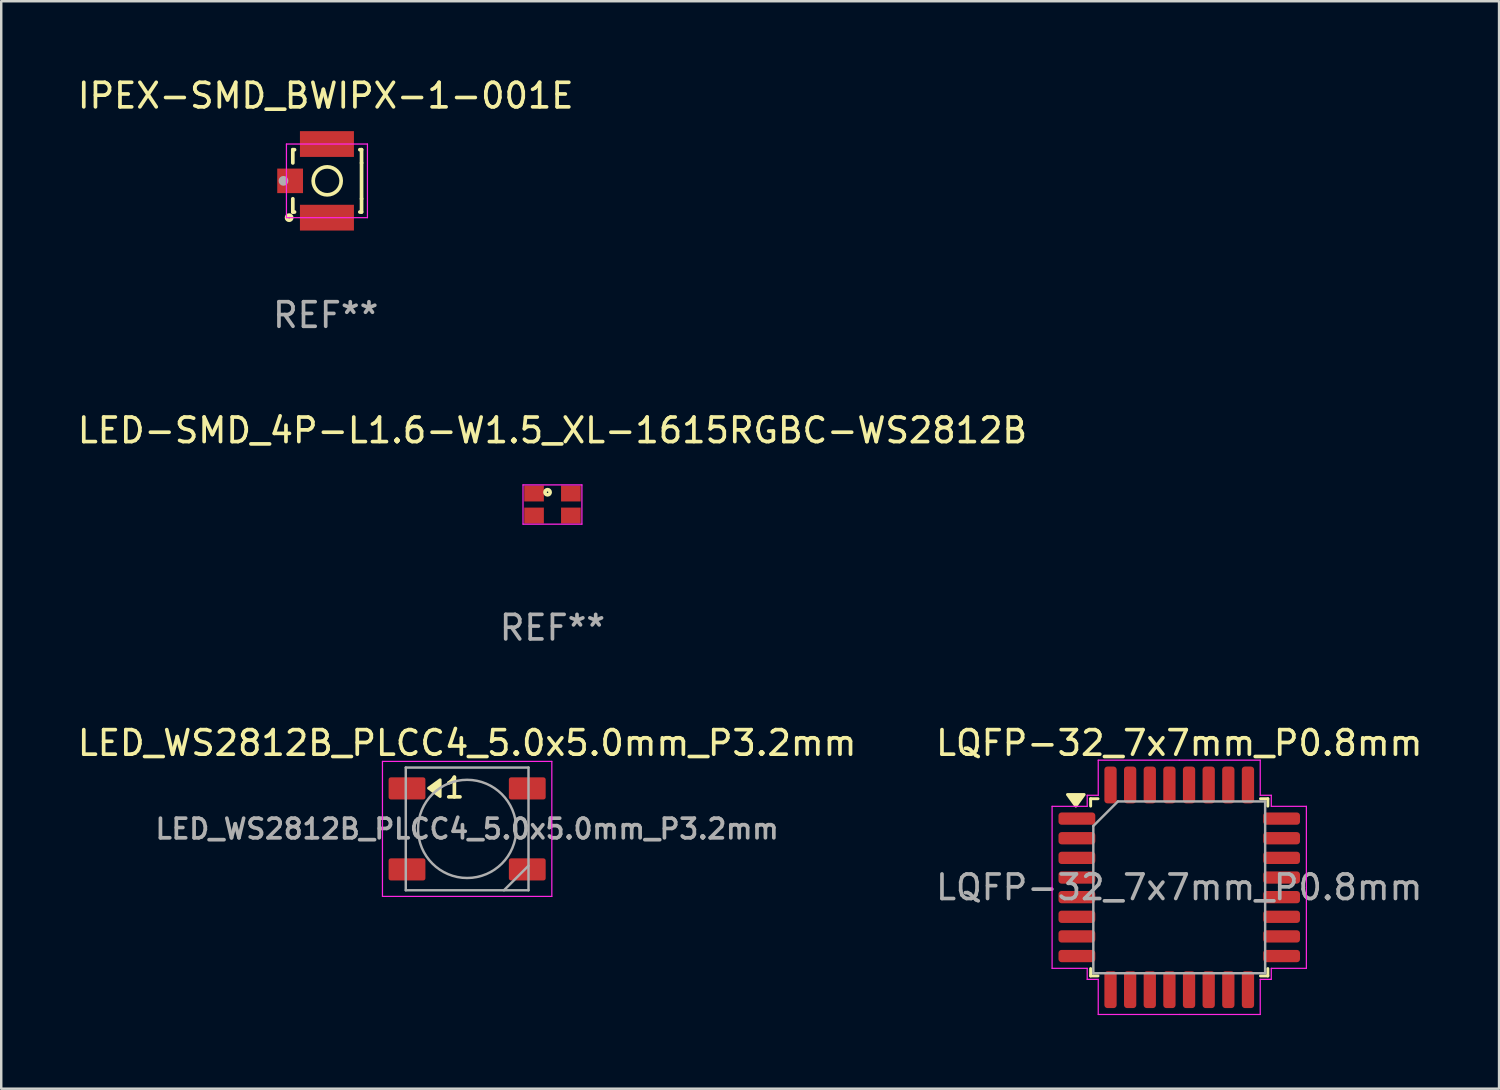
<source format=kicad_pcb>
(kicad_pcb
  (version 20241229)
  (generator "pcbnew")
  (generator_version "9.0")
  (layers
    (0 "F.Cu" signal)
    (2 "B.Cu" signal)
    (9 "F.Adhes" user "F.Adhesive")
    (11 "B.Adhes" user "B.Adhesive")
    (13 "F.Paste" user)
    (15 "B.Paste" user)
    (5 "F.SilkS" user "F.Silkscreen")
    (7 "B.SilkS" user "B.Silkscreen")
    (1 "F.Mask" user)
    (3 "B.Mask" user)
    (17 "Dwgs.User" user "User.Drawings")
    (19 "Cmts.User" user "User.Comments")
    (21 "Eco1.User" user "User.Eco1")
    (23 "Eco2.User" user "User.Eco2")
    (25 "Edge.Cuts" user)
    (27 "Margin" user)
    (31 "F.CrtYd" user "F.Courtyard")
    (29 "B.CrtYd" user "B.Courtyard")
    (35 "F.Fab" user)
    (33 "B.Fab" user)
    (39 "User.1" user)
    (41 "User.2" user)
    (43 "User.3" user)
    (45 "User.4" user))
  (footprint "LED_WS2812B_PLCC4_5.0x5.0mm_P3.2mm"
    (layer "F.Cu")
    (at 15.982 30.721)
    (property "Reference" "LED_WS2812B_PLCC4_5.0x5.0mm_P3.2mm" (at 0 -3.5 0) (layer "F.SilkS") (effects (font (size 1 1) (thickness 0.15))))
    (attr smd)
    (fp_poly (pts (xy -1.57 -1.66) (xy -1.1 -2) (xy -1.1 -1.32) (xy -1.57 -1.66)) (stroke (width 0.12) (type solid)) (fill yes) (layer "F.SilkS"))
    (fp_line (start -3.45 -2.75) (end -3.45 2.75) (stroke (width 0.05) (type solid)) (layer "F.CrtYd"))
    (fp_line (start -3.45 2.75) (end 3.45 2.75) (stroke (width 0.05) (type solid)) (layer "F.CrtYd"))
    (fp_line (start 3.45 -2.75) (end -3.45 -2.75) (stroke (width 0.05) (type solid)) (layer "F.CrtYd"))
    (fp_line (start 3.45 2.75) (end 3.45 -2.75) (stroke (width 0.05) (type solid)) (layer "F.CrtYd"))
    (fp_line (start -2.5 -2.5) (end -2.5 2.5) (stroke (width 0.1) (type solid)) (layer "F.Fab"))
    (fp_line (start -2.5 2.5) (end 2.5 2.5) (stroke (width 0.1) (type solid)) (layer "F.Fab"))
    (fp_line (start 2.5 -2.5) (end -2.5 -2.5) (stroke (width 0.1) (type solid)) (layer "F.Fab"))
    (fp_line (start 2.5 1.5) (end 1.5 2.5) (stroke (width 0.1) (type solid)) (layer "F.Fab"))
    (fp_line (start 2.5 2.5) (end 2.5 -2.5) (stroke (width 0.1) (type solid)) (layer "F.Fab"))
    (fp_circle (center 0 0) (end 0 -2) (stroke (width 0.1) (type solid)) (fill no) (layer "F.Fab"))
    (fp_text user "1" (at -1 -1.2 0) (unlocked yes) (layer "F.SilkS") (effects (font (size 0.8 0.8) (thickness 0.15) (bold yes)) (justify left bottom)))
    (fp_text user "${REFERENCE}" (at 0 0 0) (layer "F.Fab") (effects (font (size 0.8 0.8) (thickness 0.15))))
    (pad "1" smd roundrect (at -2.45 -1.65) (size 1.5 0.9) (layers "F.Cu" "F.Mask" "F.Paste") (roundrect_rratio 0.1))
    (pad "2" smd roundrect (at -2.45 1.65) (size 1.5 0.9) (layers "F.Cu" "F.Mask" "F.Paste") (roundrect_rratio 0.1))
    (pad "3" smd roundrect (at 2.45 1.65) (size 1.5 0.9) (layers "F.Cu" "F.Mask" "F.Paste") (roundrect_rratio 0.1))
    (pad "4" smd roundrect (at 2.45 -1.65) (size 1.5 0.9) (layers "F.Cu" "F.Mask" "F.Paste") (roundrect_rratio 0.1)))
  (footprint "IPEX-SMD_BWIPX-1-001E"
    (layer "F.Cu")
    (at 9.52 4.318)
    (property "Reference" "IPEX-SMD_BWIPX-1-001E" (at 0.7 -3.47 0) (layer "F.SilkS") (effects (font (size 1 1) (thickness 0.15))))
    (attr smd)
    (fp_line (start -0.64 -1.27) (end -0.64 -0.73) (stroke (width 0.15) (type solid)) (layer "F.SilkS"))
    (fp_line (start -0.64 0.73) (end -0.64 1.27) (stroke (width 0.15) (type solid)) (layer "F.SilkS"))
    (fp_line (start -0.64 1.27) (end -0.57 1.27) (stroke (width 0.15) (type solid)) (layer "F.SilkS"))
    (fp_line (start -0.57 -1.27) (end -0.64 -1.27) (stroke (width 0.15) (type solid)) (layer "F.SilkS"))
    (fp_line (start 2.09 1.27) (end 2.16 1.27) (stroke (width 0.15) (type solid)) (layer "F.SilkS"))
    (fp_line (start 2.16 -1.27) (end 2.09 -1.27) (stroke (width 0.15) (type solid)) (layer "F.SilkS"))
    (fp_line (start 2.16 -0.73) (end 2.16 -1.27) (stroke (width 0.15) (type solid)) (layer "F.SilkS"))
    (fp_line (start 2.16 -0.73) (end 2.16 0.73) (stroke (width 0.15) (type solid)) (layer "F.SilkS"))
    (fp_line (start 2.16 1.27) (end 2.16 0.73) (stroke (width 0.15) (type solid)) (layer "F.SilkS"))
    (fp_circle (center -0.79 1.5) (end -0.76 1.5) (stroke (width 0.15) (type solid)) (fill no) (layer "F.SilkS"))
    (fp_circle (center 0.76 0) (end 1.33 0) (stroke (width 0.15) (type solid)) (fill no) (layer "F.SilkS"))
    (fp_line (start -0.9 -1.5) (end 2.4 -1.5) (stroke (width 0.05) (type default)) (layer "F.CrtYd"))
    (fp_line (start -0.9 1.5) (end -0.9 -1.5) (stroke (width 0.05) (type default)) (layer "F.CrtYd"))
    (fp_line (start 2.4 -1.5) (end 2.4 1.5) (stroke (width 0.05) (type default)) (layer "F.CrtYd"))
    (fp_line (start 2.4 1.5) (end -0.9 1.5) (stroke (width 0.05) (type default)) (layer "F.CrtYd"))
    (fp_circle (center -1.02 0) (end -0.92 0) (stroke (width 0.2) (type solid)) (fill no) (layer "F.Fab"))
    (fp_text user "REF**" (at 0.7 5.47 0) (layer "F.Fab") (effects (font (size 1 1) (thickness 0.15))))
    (pad "1" smd rect (at -0.75 0 180) (size 1.05 1) (layers "F.Cu" "F.Mask" "F.Paste"))
    (pad "2" smd rect (at 0.75 1.5 180) (size 2.2 1.05) (layers "F.Cu" "F.Mask" "F.Paste"))
    (pad "3" smd rect (at 0.75 -1.5 180) (size 2.2 1.05) (layers "F.Cu" "F.Mask" "F.Paste")))
  (footprint "LQFP-32_7x7mm_P0.8mm"
    (layer "F.Cu")
    (at 44.994 33.101)
    (property "Reference" "LQFP-32_7x7mm_P0.8mm" (at 0 -5.88 0) (layer "F.SilkS") (effects (font (size 1 1) (thickness 0.15))))
    (attr smd)
    (fp_line (start -3.61 -3.61) (end -3.61 -3.31) (stroke (width 0.12) (type solid)) (layer "F.SilkS"))
    (fp_line (start -3.61 3.61) (end -3.61 3.31) (stroke (width 0.12) (type solid)) (layer "F.SilkS"))
    (fp_line (start -3.31 -3.61) (end -3.61 -3.61) (stroke (width 0.12) (type solid)) (layer "F.SilkS"))
    (fp_line (start -3.31 3.61) (end -3.61 3.61) (stroke (width 0.12) (type solid)) (layer "F.SilkS"))
    (fp_line (start 3.31 -3.61) (end 3.61 -3.61) (stroke (width 0.12) (type solid)) (layer "F.SilkS"))
    (fp_line (start 3.31 3.61) (end 3.61 3.61) (stroke (width 0.12) (type solid)) (layer "F.SilkS"))
    (fp_line (start 3.61 -3.61) (end 3.61 -3.31) (stroke (width 0.12) (type solid)) (layer "F.SilkS"))
    (fp_line (start 3.61 3.61) (end 3.61 3.31) (stroke (width 0.12) (type solid)) (layer "F.SilkS"))
    (fp_poly (pts (xy -4.213 -3.31) (xy -4.553 -3.78) (xy -3.873 -3.78) (xy -4.213 -3.31)) (stroke (width 0.12) (type solid)) (fill yes) (layer "F.SilkS"))
    (fp_line (start -5.18 -3.3) (end -5.18 0) (stroke (width 0.05) (type solid)) (layer "F.CrtYd"))
    (fp_line (start -5.18 3.3) (end -5.18 0) (stroke (width 0.05) (type solid)) (layer "F.CrtYd"))
    (fp_line (start -3.75 -3.75) (end -3.75 -3.3) (stroke (width 0.05) (type solid)) (layer "F.CrtYd"))
    (fp_line (start -3.75 -3.3) (end -5.18 -3.3) (stroke (width 0.05) (type solid)) (layer "F.CrtYd"))
    (fp_line (start -3.75 3.3) (end -5.18 3.3) (stroke (width 0.05) (type solid)) (layer "F.CrtYd"))
    (fp_line (start -3.75 3.75) (end -3.75 3.3) (stroke (width 0.05) (type solid)) (layer "F.CrtYd"))
    (fp_line (start -3.3 -5.18) (end -3.3 -3.75) (stroke (width 0.05) (type solid)) (layer "F.CrtYd"))
    (fp_line (start -3.3 -3.75) (end -3.75 -3.75) (stroke (width 0.05) (type solid)) (layer "F.CrtYd"))
    (fp_line (start -3.3 3.75) (end -3.75 3.75) (stroke (width 0.05) (type solid)) (layer "F.CrtYd"))
    (fp_line (start -3.3 5.18) (end -3.3 3.75) (stroke (width 0.05) (type solid)) (layer "F.CrtYd"))
    (fp_line (start 0 -5.18) (end -3.3 -5.18) (stroke (width 0.05) (type solid)) (layer "F.CrtYd"))
    (fp_line (start 0 -5.18) (end 3.3 -5.18) (stroke (width 0.05) (type solid)) (layer "F.CrtYd"))
    (fp_line (start 0 5.18) (end -3.3 5.18) (stroke (width 0.05) (type solid)) (layer "F.CrtYd"))
    (fp_line (start 0 5.18) (end 3.3 5.18) (stroke (width 0.05) (type solid)) (layer "F.CrtYd"))
    (fp_line (start 3.3 -5.18) (end 3.3 -3.75) (stroke (width 0.05) (type solid)) (layer "F.CrtYd"))
    (fp_line (start 3.3 -3.75) (end 3.75 -3.75) (stroke (width 0.05) (type solid)) (layer "F.CrtYd"))
    (fp_line (start 3.3 3.75) (end 3.75 3.75) (stroke (width 0.05) (type solid)) (layer "F.CrtYd"))
    (fp_line (start 3.3 5.18) (end 3.3 3.75) (stroke (width 0.05) (type solid)) (layer "F.CrtYd"))
    (fp_line (start 3.75 -3.75) (end 3.75 -3.3) (stroke (width 0.05) (type solid)) (layer "F.CrtYd"))
    (fp_line (start 3.75 -3.3) (end 5.18 -3.3) (stroke (width 0.05) (type solid)) (layer "F.CrtYd"))
    (fp_line (start 3.75 3.3) (end 5.18 3.3) (stroke (width 0.05) (type solid)) (layer "F.CrtYd"))
    (fp_line (start 3.75 3.75) (end 3.75 3.3) (stroke (width 0.05) (type solid)) (layer "F.CrtYd"))
    (fp_line (start 5.18 -3.3) (end 5.18 0) (stroke (width 0.05) (type solid)) (layer "F.CrtYd"))
    (fp_line (start 5.18 3.3) (end 5.18 0) (stroke (width 0.05) (type solid)) (layer "F.CrtYd"))
    (fp_line (start -3.5 -2.5) (end -2.5 -3.5) (stroke (width 0.1) (type solid)) (layer "F.Fab"))
    (fp_line (start -3.5 3.5) (end -3.5 -2.5) (stroke (width 0.1) (type solid)) (layer "F.Fab"))
    (fp_line (start -2.5 -3.5) (end 3.5 -3.5) (stroke (width 0.1) (type solid)) (layer "F.Fab"))
    (fp_line (start 3.5 -3.5) (end 3.5 3.5) (stroke (width 0.1) (type solid)) (layer "F.Fab"))
    (fp_line (start 3.5 3.5) (end -3.5 3.5) (stroke (width 0.1) (type solid)) (layer "F.Fab"))
    (fp_text user "${REFERENCE}" (at 0 0 0) (layer "F.Fab") (effects (font (size 1 1) (thickness 0.15))))
    (pad "1" smd roundrect (at -4.17 -2.8) (size 1.5 0.5) (layers "F.Cu" "F.Mask" "F.Paste") (roundrect_rratio 0.25))
    (pad "2" smd roundrect (at -4.17 -2) (size 1.5 0.5) (layers "F.Cu" "F.Mask" "F.Paste") (roundrect_rratio 0.25))
    (pad "3" smd roundrect (at -4.17 -1.2) (size 1.5 0.5) (layers "F.Cu" "F.Mask" "F.Paste") (roundrect_rratio 0.25))
    (pad "4" smd roundrect (at -4.17 -0.4) (size 1.5 0.5) (layers "F.Cu" "F.Mask" "F.Paste") (roundrect_rratio 0.25))
    (pad "5" smd roundrect (at -4.17 0.4) (size 1.5 0.5) (layers "F.Cu" "F.Mask" "F.Paste") (roundrect_rratio 0.25))
    (pad "6" smd roundrect (at -4.17 1.2) (size 1.5 0.5) (layers "F.Cu" "F.Mask" "F.Paste") (roundrect_rratio 0.25))
    (pad "7" smd roundrect (at -4.17 2) (size 1.5 0.5) (layers "F.Cu" "F.Mask" "F.Paste") (roundrect_rratio 0.25))
    (pad "8" smd roundrect (at -4.17 2.8) (size 1.5 0.5) (layers "F.Cu" "F.Mask" "F.Paste") (roundrect_rratio 0.25))
    (pad "9" smd roundrect (at -2.8 4.17) (size 0.5 1.5) (layers "F.Cu" "F.Mask" "F.Paste") (roundrect_rratio 0.25))
    (pad "10" smd roundrect (at -2 4.17) (size 0.5 1.5) (layers "F.Cu" "F.Mask" "F.Paste") (roundrect_rratio 0.25))
    (pad "11" smd roundrect (at -1.2 4.17) (size 0.5 1.5) (layers "F.Cu" "F.Mask" "F.Paste") (roundrect_rratio 0.25))
    (pad "12" smd roundrect (at -0.4 4.17) (size 0.5 1.5) (layers "F.Cu" "F.Mask" "F.Paste") (roundrect_rratio 0.25))
    (pad "13" smd roundrect (at 0.4 4.17) (size 0.5 1.5) (layers "F.Cu" "F.Mask" "F.Paste") (roundrect_rratio 0.25))
    (pad "14" smd roundrect (at 1.2 4.17) (size 0.5 1.5) (layers "F.Cu" "F.Mask" "F.Paste") (roundrect_rratio 0.25))
    (pad "15" smd roundrect (at 2 4.17) (size 0.5 1.5) (layers "F.Cu" "F.Mask" "F.Paste") (roundrect_rratio 0.25))
    (pad "16" smd roundrect (at 2.8 4.17) (size 0.5 1.5) (layers "F.Cu" "F.Mask" "F.Paste") (roundrect_rratio 0.25))
    (pad "17" smd roundrect (at 4.17 2.8) (size 1.5 0.5) (layers "F.Cu" "F.Mask" "F.Paste") (roundrect_rratio 0.25))
    (pad "18" smd roundrect (at 4.17 2) (size 1.5 0.5) (layers "F.Cu" "F.Mask" "F.Paste") (roundrect_rratio 0.25))
    (pad "19" smd roundrect (at 4.17 1.2) (size 1.5 0.5) (layers "F.Cu" "F.Mask" "F.Paste") (roundrect_rratio 0.25))
    (pad "20" smd roundrect (at 4.17 0.4) (size 1.5 0.5) (layers "F.Cu" "F.Mask" "F.Paste") (roundrect_rratio 0.25))
    (pad "21" smd roundrect (at 4.17 -0.4) (size 1.5 0.5) (layers "F.Cu" "F.Mask" "F.Paste") (roundrect_rratio 0.25))
    (pad "22" smd roundrect (at 4.17 -1.2) (size 1.5 0.5) (layers "F.Cu" "F.Mask" "F.Paste") (roundrect_rratio 0.25))
    (pad "23" smd roundrect (at 4.17 -2) (size 1.5 0.5) (layers "F.Cu" "F.Mask" "F.Paste") (roundrect_rratio 0.25))
    (pad "24" smd roundrect (at 4.17 -2.8) (size 1.5 0.5) (layers "F.Cu" "F.Mask" "F.Paste") (roundrect_rratio 0.25))
    (pad "25" smd roundrect (at 2.8 -4.17) (size 0.5 1.5) (layers "F.Cu" "F.Mask" "F.Paste") (roundrect_rratio 0.25))
    (pad "26" smd roundrect (at 2 -4.17) (size 0.5 1.5) (layers "F.Cu" "F.Mask" "F.Paste") (roundrect_rratio 0.25))
    (pad "27" smd roundrect (at 1.2 -4.17) (size 0.5 1.5) (layers "F.Cu" "F.Mask" "F.Paste") (roundrect_rratio 0.25))
    (pad "28" smd roundrect (at 0.4 -4.17) (size 0.5 1.5) (layers "F.Cu" "F.Mask" "F.Paste") (roundrect_rratio 0.25))
    (pad "29" smd roundrect (at -0.4 -4.17) (size 0.5 1.5) (layers "F.Cu" "F.Mask" "F.Paste") (roundrect_rratio 0.25))
    (pad "30" smd roundrect (at -1.2 -4.17) (size 0.5 1.5) (layers "F.Cu" "F.Mask" "F.Paste") (roundrect_rratio 0.25))
    (pad "31" smd roundrect (at -2 -4.17) (size 0.5 1.5) (layers "F.Cu" "F.Mask" "F.Paste") (roundrect_rratio 0.25))
    (pad "32" smd roundrect (at -2.8 -4.17) (size 0.5 1.5) (layers "F.Cu" "F.Mask" "F.Paste") (roundrect_rratio 0.25)))
  (footprint "LED-SMD_4P-L1.6-W1.5_XL-1615RGBC-WS2812B"
    (layer "F.Cu")
    (at 19.458 17.505)
    (property "Reference" "LED-SMD_4P-L1.6-W1.5_XL-1615RGBC-WS2812B" (at 0 -3.02 0) (layer "F.SilkS") (effects (font (size 1 1) (thickness 0.15))))
    (attr smd)
    (fp_circle (center -0.2 -0.5) (end -0.17 -0.5) (stroke (width 0.15) (type solid)) (fill no) (layer "F.SilkS"))
    (fp_line (start -1.2 -0.8) (end 1.2 -0.8) (stroke (width 0.05) (type default)) (layer "F.CrtYd"))
    (fp_line (start -1.2 0.8) (end -1.2 -0.8) (stroke (width 0.05) (type default)) (layer "F.CrtYd"))
    (fp_line (start 1.2 -0.8) (end 1.2 0.8) (stroke (width 0.05) (type default)) (layer "F.CrtYd"))
    (fp_line (start 1.2 0.8) (end -1.2 0.8) (stroke (width 0.05) (type default)) (layer "F.CrtYd"))
    (fp_text user "REF**" (at 0 5.02 0) (layer "F.Fab") (effects (font (size 1 1) (thickness 0.15))))
    (pad "1" smd rect (at -0.75 -0.45 180) (size 0.8 0.65) (layers "F.Cu" "F.Mask" "F.Paste"))
    (pad "2" smd rect (at 0.75 -0.45 180) (size 0.8 0.65) (layers "F.Cu" "F.Mask" "F.Paste"))
    (pad "3" smd rect (at -0.75 0.45 180) (size 0.8 0.65) (layers "F.Cu" "F.Mask" "F.Paste"))
    (pad "4" smd rect (at 0.75 0.45 180) (size 0.8 0.65) (layers "F.Cu" "F.Mask" "F.Paste")))
  (gr_rect
    (start -3 -3)
    (end 58.024 41.306)
    (stroke (width 0.1) (type default))
    (fill no)
    (layer "Edge.Cuts")))
</source>
